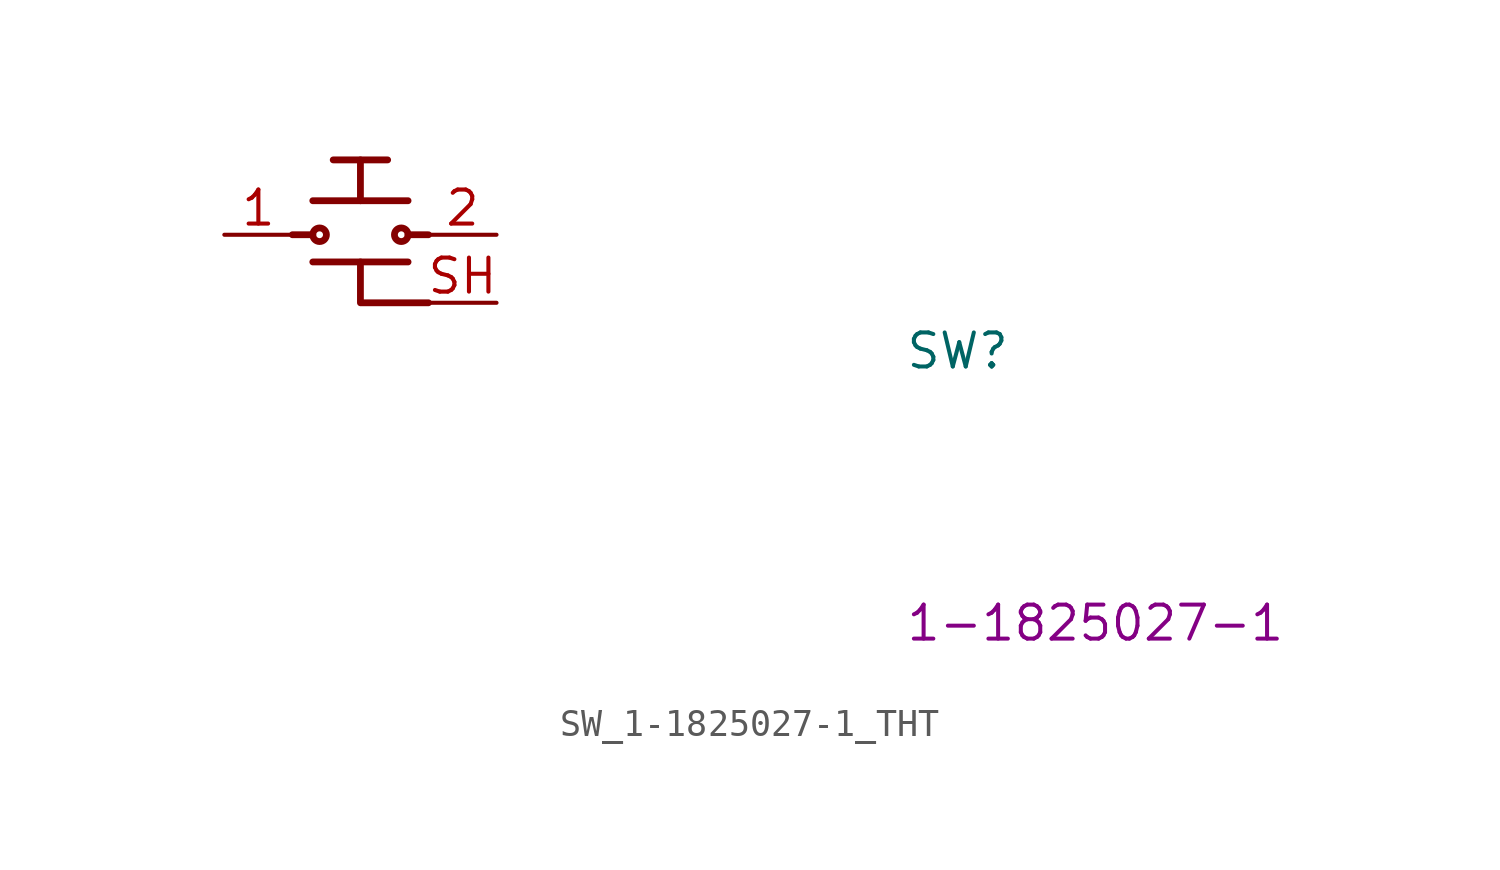
<source format=kicad_sym>
(kicad_symbol_lib
  (version 20220914)
  (generator kicad_symbol_editor)
  (symbol "SW_1-1825027-1_THT"
    (pin_names hide)
    (property "Reference" "SW"
      (at 25.4 -5.08 0)
      (effects (font (size 1.27 1.27) (thickness 0.15)) (justify left bottom)))
    (property "MPN" "1-1825027-1"
      (at 25.4 -15.24 0)
      (effects (font (size 1.27 1.27) (thickness 0.15)) (justify left bottom)))
    (symbol "SW_1-1825027-1_THT_1_1"
      (polyline (pts (xy 2.54 0) (xy 3.302 0)) (stroke (width 0.254) (type default)) (fill (type none)))
      (polyline (pts (xy 3.302 -1.016) (xy 6.858 -1.016)) (stroke (width 0.254) (type default)) (fill (type none)))
      (polyline (pts (xy 3.302 1.27) (xy 6.858 1.27)) (stroke (width 0.254) (type default)) (fill (type none)))
      (polyline (pts (xy 4.064 2.794) (xy 6.096 2.794)) (stroke (width 0.254) (type default)) (fill (type none)))
      (polyline (pts (xy 5.08 1.27) (xy 5.08 2.794)) (stroke (width 0.254) (type default)) (fill (type none)))
      (polyline (pts (xy 7.62 0) (xy 6.858 0)) (stroke (width 0.254) (type default)) (fill (type none)))
      (polyline (pts (xy 7.62 -2.54) (xy 5.08 -2.54) (xy 5.08 -1.016)) (stroke (width 0.254) (type default)) (fill (type none)))
      (circle (center 3.556 0) (radius 0.254) (stroke (width 0.254) (type default)) (fill (type none)))
      (circle (center 6.604 0) (radius 0.254) (stroke (width 0.254) (type default)) (fill (type none)))
      (pin passive line (at 0 0 0) (length 2.54) (name "1" (effects (font (size 1.27 1.27)))) (number "1" (effects (font (size 1.27 1.27)))))
      (pin passive line (at 10.16 0 180) (length 2.54) (name "2" (effects (font (size 1.27 1.27)))) (number "2" (effects (font (size 1.27 1.27)))))
      (pin passive line (at 10.16 -2.54 180) (length 2.54) (name "SH" (effects (font (size 1.27 1.27)))) (number "SH" (effects (font (size 1.27 1.27))))))))
</source>
